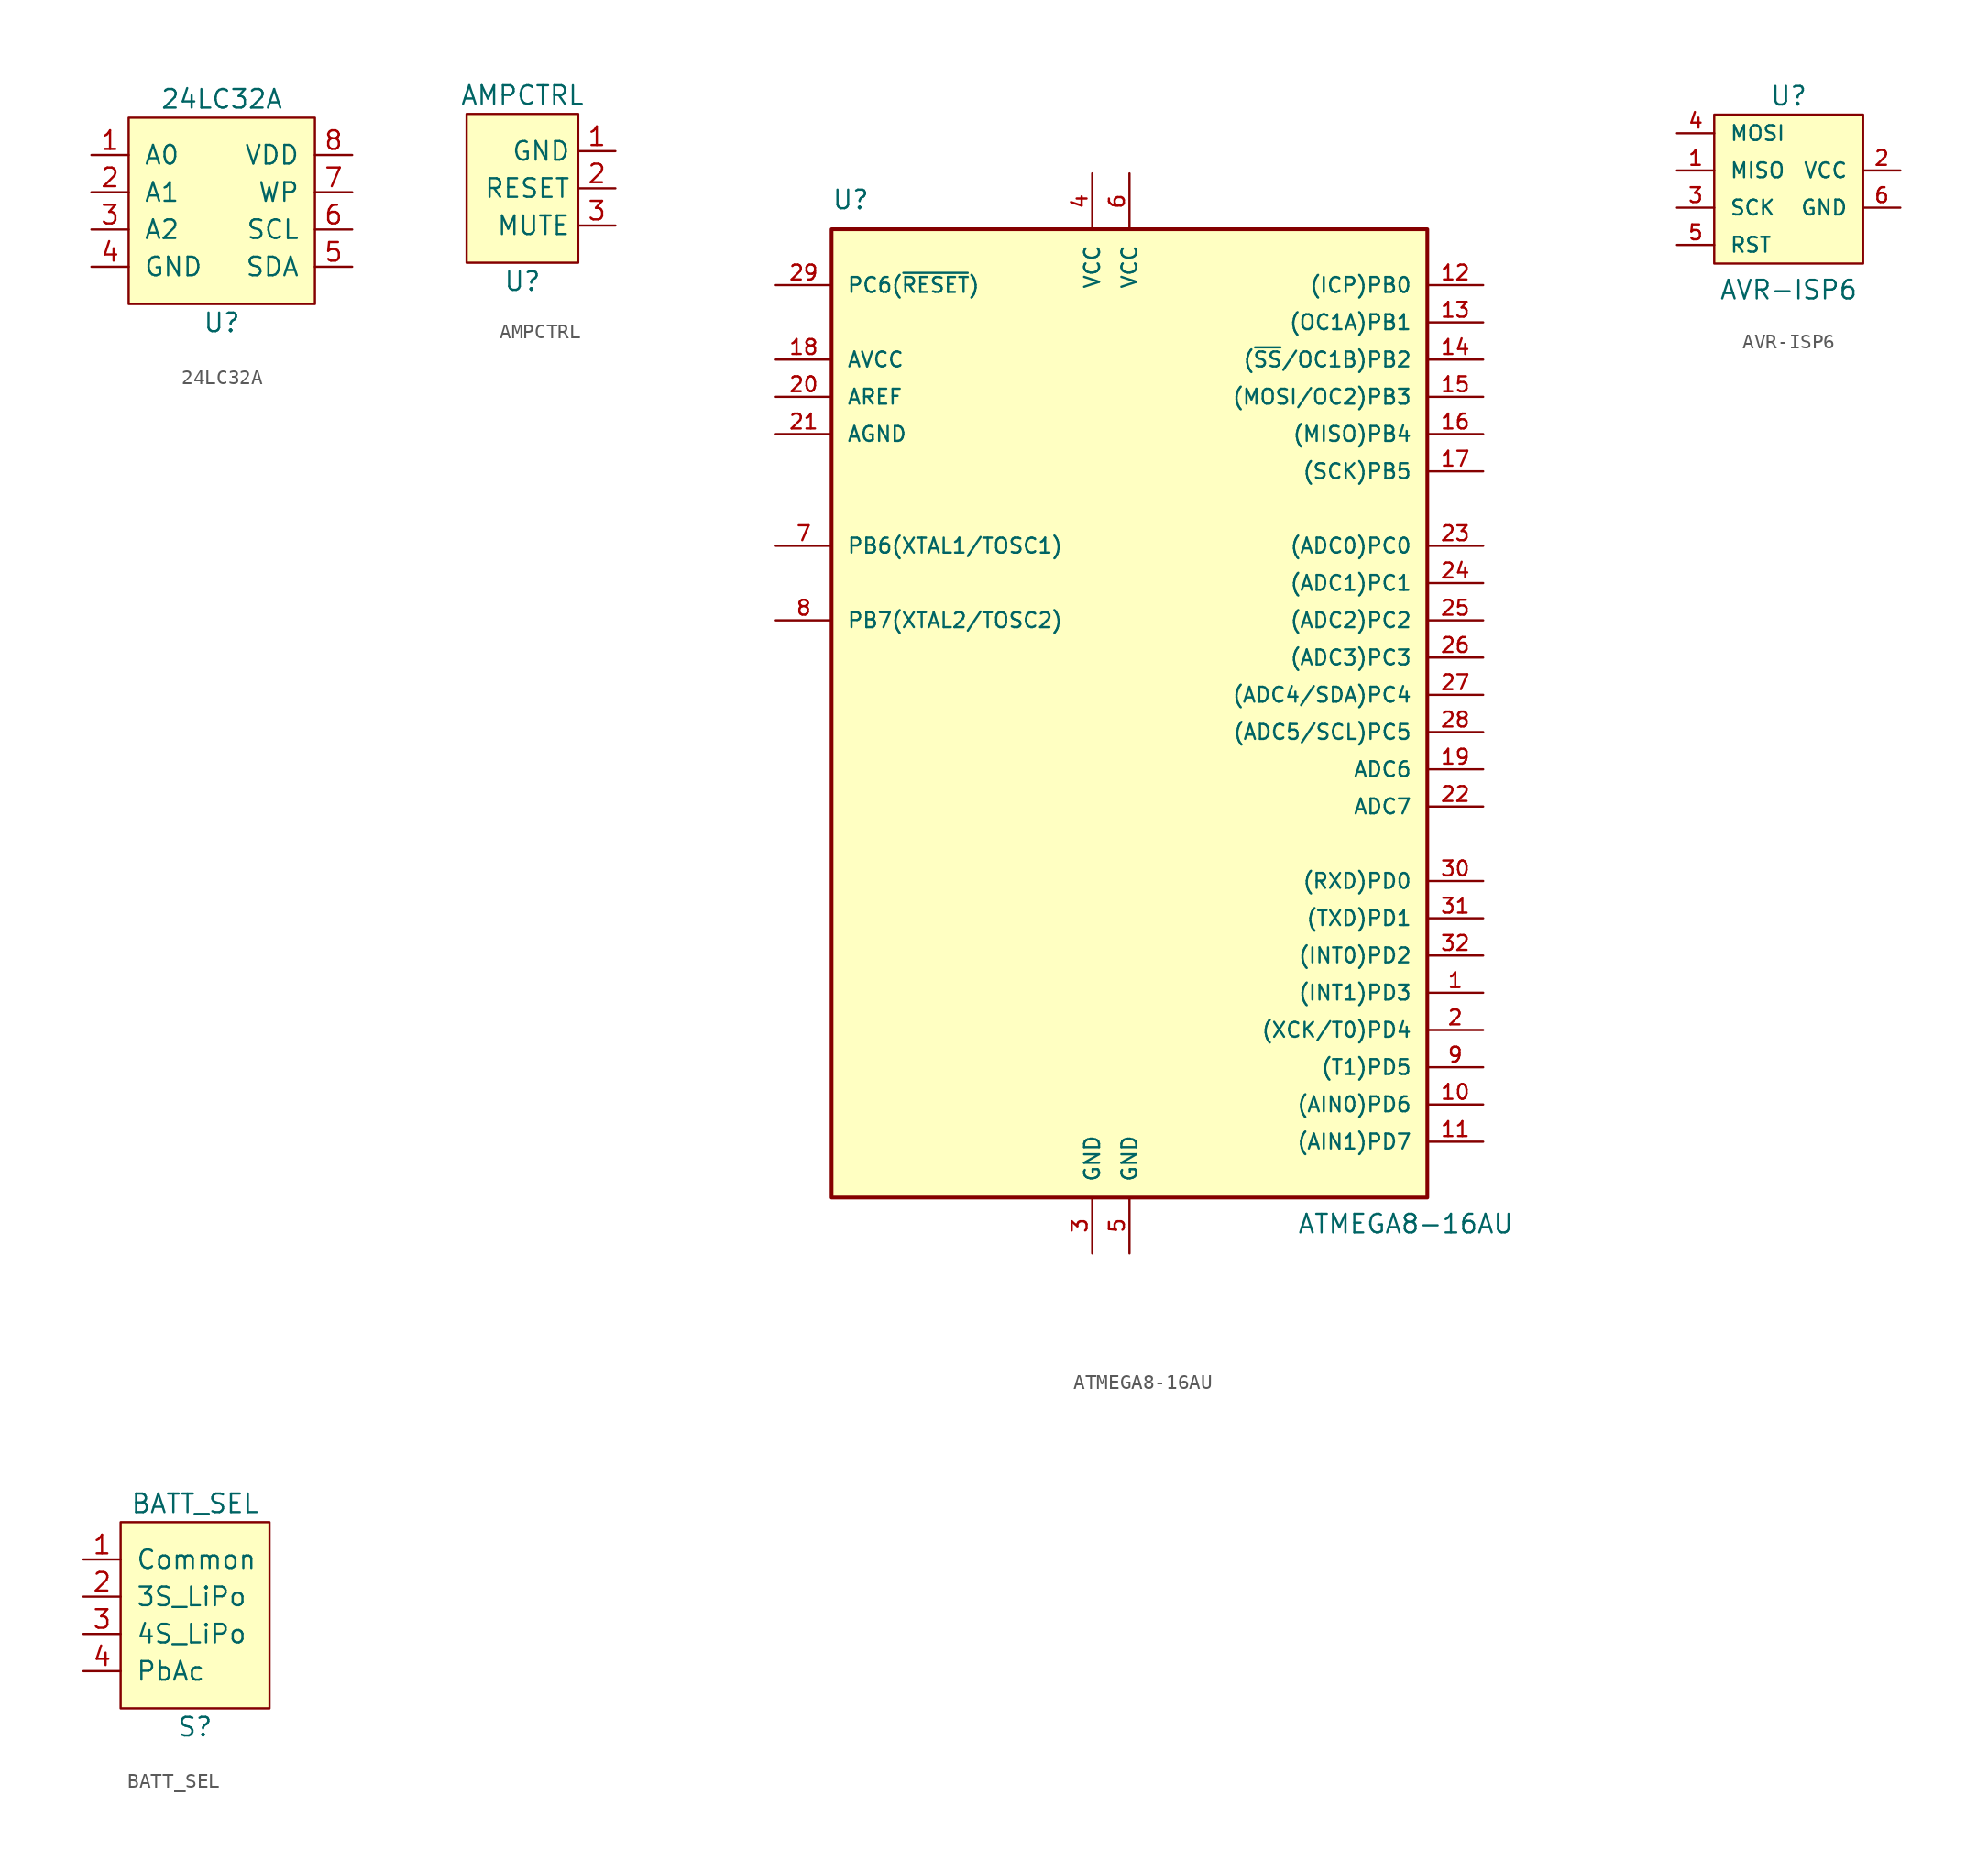
<source format=kicad_sym>
(kicad_symbol_lib
  (version 20211014)
  (generator kicad_symbol_editor)
  (symbol "24LC32A"
    (pin_names
      (offset 1.016))
    (property "Reference" "U"
      (at 0 -7.62 0)
      (effects (font (size 1.27 1.27))))
    (property "Value" "24LC32A"
      (at 0 7.62 0)
      (effects (font (size 1.27 1.27))))
    (symbol "24LC32A_0_1"
      (rectangle (start -6.35 6.35) (end 6.35 -6.35) (stroke (width 0) (type default) (color 0 0 0 0)) (fill (type background))))
    (symbol "24LC32A_1_1"
      (pin passive line (at -8.89 3.81 0) (length 2.54) (name "A0" (effects (font (size 1.27 1.27)))) (number "1" (effects (font (size 1.27 1.27)))))
      (pin passive line (at -8.89 1.27 0) (length 2.54) (name "A1" (effects (font (size 1.27 1.27)))) (number "2" (effects (font (size 1.27 1.27)))))
      (pin passive line (at -8.89 -1.27 0) (length 2.54) (name "A2" (effects (font (size 1.27 1.27)))) (number "3" (effects (font (size 1.27 1.27)))))
      (pin passive line (at -8.89 -3.81 0) (length 2.54) (name "GND" (effects (font (size 1.27 1.27)))) (number "4" (effects (font (size 1.27 1.27)))))
      (pin passive line (at 8.89 -3.81 180) (length 2.54) (name "SDA" (effects (font (size 1.27 1.27)))) (number "5" (effects (font (size 1.27 1.27)))))
      (pin passive line (at 8.89 -1.27 180) (length 2.54) (name "SCL" (effects (font (size 1.27 1.27)))) (number "6" (effects (font (size 1.27 1.27)))))
      (pin passive line (at 8.89 1.27 180) (length 2.54) (name "WP" (effects (font (size 1.27 1.27)))) (number "7" (effects (font (size 1.27 1.27)))))
      (pin passive line (at 8.89 3.81 180) (length 2.54) (name "VDD" (effects (font (size 1.27 1.27)))) (number "8" (effects (font (size 1.27 1.27)))))))
  (symbol "AMPCTRL"
    (property "Reference" "U"
      (at 0 -6.35 0)
      (effects (font (size 1.27 1.27))))
    (property "Value" "AMPCTRL"
      (at 0 6.35 0)
      (effects (font (size 1.27 1.27))))
    (symbol "AMPCTRL_0_1"
      (rectangle (start 3.81 5.08) (end -3.81 -5.08) (stroke (width 0) (type default) (color 0 0 0 0)) (fill (type background))))
    (symbol "AMPCTRL_1_1"
      (pin input line (at 6.35 2.54 180) (length 2.54) (name "GND" (effects (font (size 1.27 1.27)))) (number "1" (effects (font (size 1.27 1.27)))))
      (pin input line (at 6.35 0 180) (length 2.54) (name "RESET" (effects (font (size 1.27 1.27)))) (number "2" (effects (font (size 1.27 1.27)))))
      (pin input line (at 6.35 -2.54 180) (length 2.54) (name "MUTE" (effects (font (size 1.27 1.27)))) (number "3" (effects (font (size 1.27 1.27)))))))
  (symbol "ATMEGA8-16AU"
    (pin_names
      (offset 1.016))
    (property "Reference" "U"
      (at -19.05 30.48 0)
      (effects (font (size 1.27 1.27)) (justify left bottom)))
    (property "Value" "ATMEGA8-16AU"
      (at 12.7 -39.37 0)
      (effects (font (size 1.27 1.27)) (justify left bottom)))
    (symbol "ATMEGA8-16AU_0_1"
      (rectangle (start -19.05 29.21) (end 21.59 -36.83) (stroke (width 0.254) (type default) (color 0 0 0 0)) (fill (type background))))
    (symbol "ATMEGA8-16AU_1_1"
      (pin bidirectional line (at 25.4 -22.86 180) (length 3.81) (name "(INT1)PD3" (effects (font (size 1.016 1.016)))) (number "1" (effects (font (size 1.016 1.016)))))
      (pin bidirectional line (at 25.4 -30.48 180) (length 3.81) (name "(AIN0)PD6" (effects (font (size 1.016 1.016)))) (number "10" (effects (font (size 1.016 1.016)))))
      (pin bidirectional line (at 25.4 -33.02 180) (length 3.81) (name "(AIN1)PD7" (effects (font (size 1.016 1.016)))) (number "11" (effects (font (size 1.016 1.016)))))
      (pin bidirectional line (at 25.4 25.4 180) (length 3.81) (name "(ICP)PB0" (effects (font (size 1.016 1.016)))) (number "12" (effects (font (size 1.016 1.016)))))
      (pin bidirectional line (at 25.4 22.86 180) (length 3.81) (name "(OC1A)PB1" (effects (font (size 1.016 1.016)))) (number "13" (effects (font (size 1.016 1.016)))))
      (pin bidirectional line (at 25.4 20.32 180) (length 3.81) (name "(~{SS}/OC1B)PB2" (effects (font (size 1.016 1.016)))) (number "14" (effects (font (size 1.016 1.016)))))
      (pin bidirectional line (at 25.4 17.78 180) (length 3.81) (name "(MOSI/OC2)PB3" (effects (font (size 1.016 1.016)))) (number "15" (effects (font (size 1.016 1.016)))))
      (pin bidirectional line (at 25.4 15.24 180) (length 3.81) (name "(MISO)PB4" (effects (font (size 1.016 1.016)))) (number "16" (effects (font (size 1.016 1.016)))))
      (pin bidirectional line (at 25.4 12.7 180) (length 3.81) (name "(SCK)PB5" (effects (font (size 1.016 1.016)))) (number "17" (effects (font (size 1.016 1.016)))))
      (pin power_in line (at -22.86 20.32 0) (length 3.81) (name "AVCC" (effects (font (size 1.016 1.016)))) (number "18" (effects (font (size 1.016 1.016)))))
      (pin bidirectional line (at 25.4 -7.62 180) (length 3.81) (name "ADC6" (effects (font (size 1.016 1.016)))) (number "19" (effects (font (size 1.016 1.016)))))
      (pin bidirectional line (at 25.4 -25.4 180) (length 3.81) (name "(XCK/T0)PD4" (effects (font (size 1.016 1.016)))) (number "2" (effects (font (size 1.016 1.016)))))
      (pin bidirectional line (at -22.86 17.78 0) (length 3.81) (name "AREF" (effects (font (size 1.016 1.016)))) (number "20" (effects (font (size 1.016 1.016)))))
      (pin power_in line (at -22.86 15.24 0) (length 3.81) (name "AGND" (effects (font (size 1.016 1.016)))) (number "21" (effects (font (size 1.016 1.016)))))
      (pin bidirectional line (at 25.4 -10.16 180) (length 3.81) (name "ADC7" (effects (font (size 1.016 1.016)))) (number "22" (effects (font (size 1.016 1.016)))))
      (pin bidirectional line (at 25.4 7.62 180) (length 3.81) (name "(ADC0)PC0" (effects (font (size 1.016 1.016)))) (number "23" (effects (font (size 1.016 1.016)))))
      (pin bidirectional line (at 25.4 5.08 180) (length 3.81) (name "(ADC1)PC1" (effects (font (size 1.016 1.016)))) (number "24" (effects (font (size 1.016 1.016)))))
      (pin bidirectional line (at 25.4 2.54 180) (length 3.81) (name "(ADC2)PC2" (effects (font (size 1.016 1.016)))) (number "25" (effects (font (size 1.016 1.016)))))
      (pin bidirectional line (at 25.4 0 180) (length 3.81) (name "(ADC3)PC3" (effects (font (size 1.016 1.016)))) (number "26" (effects (font (size 1.016 1.016)))))
      (pin bidirectional line (at 25.4 -2.54 180) (length 3.81) (name "(ADC4/SDA)PC4" (effects (font (size 1.016 1.016)))) (number "27" (effects (font (size 1.016 1.016)))))
      (pin bidirectional line (at 25.4 -5.08 180) (length 3.81) (name "(ADC5/SCL)PC5" (effects (font (size 1.016 1.016)))) (number "28" (effects (font (size 1.016 1.016)))))
      (pin bidirectional line (at -22.86 25.4 0) (length 3.81) (name "PC6(~{RESET})" (effects (font (size 1.016 1.016)))) (number "29" (effects (font (size 1.016 1.016)))))
      (pin power_in line (at -1.27 -40.64 90) (length 3.81) (name "GND" (effects (font (size 1.016 1.016)))) (number "3" (effects (font (size 1.016 1.016)))))
      (pin bidirectional line (at 25.4 -15.24 180) (length 3.81) (name "(RXD)PD0" (effects (font (size 1.016 1.016)))) (number "30" (effects (font (size 1.016 1.016)))))
      (pin bidirectional line (at 25.4 -17.78 180) (length 3.81) (name "(TXD)PD1" (effects (font (size 1.016 1.016)))) (number "31" (effects (font (size 1.016 1.016)))))
      (pin bidirectional line (at 25.4 -20.32 180) (length 3.81) (name "(INT0)PD2" (effects (font (size 1.016 1.016)))) (number "32" (effects (font (size 1.016 1.016)))))
      (pin power_in line (at -1.27 33.02 270) (length 3.81) (name "VCC" (effects (font (size 1.016 1.016)))) (number "4" (effects (font (size 1.016 1.016)))))
      (pin power_in line (at 1.27 -40.64 90) (length 3.81) (name "GND" (effects (font (size 1.016 1.016)))) (number "5" (effects (font (size 1.016 1.016)))))
      (pin power_in line (at 1.27 33.02 270) (length 3.81) (name "VCC" (effects (font (size 1.016 1.016)))) (number "6" (effects (font (size 1.016 1.016)))))
      (pin bidirectional line (at -22.86 7.62 0) (length 3.81) (name "PB6(XTAL1/TOSC1)" (effects (font (size 1.016 1.016)))) (number "7" (effects (font (size 1.016 1.016)))))
      (pin bidirectional line (at -22.86 2.54 0) (length 3.81) (name "PB7(XTAL2/TOSC2)" (effects (font (size 1.016 1.016)))) (number "8" (effects (font (size 1.016 1.016)))))
      (pin bidirectional line (at 25.4 -27.94 180) (length 3.81) (name "(T1)PD5" (effects (font (size 1.016 1.016)))) (number "9" (effects (font (size 1.016 1.016)))))))
  (symbol "AVR-ISP6"
    (pin_names
      (offset 1.016))
    (property "Reference" "U"
      (at 0 6.35 0)
      (effects (font (size 1.27 1.27))))
    (property "Value" "AVR-ISP6"
      (at 0 -7.62 0)
      (effects (font (size 1.27 1.27)) (justify bottom)))
    (property "Datasheet" ""
      (at 0 -1.27 0)
      (effects (font (size 1.524 1.524))))
    (symbol "AVR-ISP6_0_0"
      (rectangle (start -5.08 5.08) (end 5.08 -5.08) (stroke (width 0) (type default) (color 0 0 0 0)) (fill (type background))))
    (symbol "AVR-ISP6_1_1"
      (pin passive line (at -7.62 1.27 0) (length 2.54) (name "MISO" (effects (font (size 1.016 1.016)))) (number "1" (effects (font (size 1.016 1.016)))))
      (pin passive line (at 7.62 1.27 180) (length 2.54) (name "VCC" (effects (font (size 1.016 1.016)))) (number "2" (effects (font (size 1.016 1.016)))))
      (pin passive line (at -7.62 -1.27 0) (length 2.54) (name "SCK" (effects (font (size 1.016 1.016)))) (number "3" (effects (font (size 1.016 1.016)))))
      (pin passive line (at -7.62 3.81 0) (length 2.54) (name "MOSI" (effects (font (size 1.016 1.016)))) (number "4" (effects (font (size 1.016 1.016)))))
      (pin passive line (at -7.62 -3.81 0) (length 2.54) (name "RST" (effects (font (size 1.016 1.016)))) (number "5" (effects (font (size 1.016 1.016)))))
      (pin passive line (at 7.62 -1.27 180) (length 2.54) (name "GND" (effects (font (size 1.016 1.016)))) (number "6" (effects (font (size 1.016 1.016)))))))
  (symbol "BATT_SEL"
    (pin_names
      (offset 1.016))
    (property "Reference" "S"
      (at 0 -8.89 0)
      (effects (font (size 1.27 1.27))))
    (property "Value" "BATT_SEL"
      (at 0 6.35 0)
      (effects (font (size 1.27 1.27))))
    (symbol "BATT_SEL_0_1"
      (rectangle (start -5.08 5.08) (end 5.08 -7.62) (stroke (width 0) (type default) (color 0 0 0 0)) (fill (type background))))
    (symbol "BATT_SEL_1_1"
      (pin input line (at -7.62 2.54 0) (length 2.54) (name "Common" (effects (font (size 1.27 1.27)))) (number "1" (effects (font (size 1.27 1.27)))))
      (pin input line (at -7.62 0 0) (length 2.54) (name "3S_LiPo" (effects (font (size 1.27 1.27)))) (number "2" (effects (font (size 1.27 1.27)))))
      (pin input line (at -7.62 -2.54 0) (length 2.54) (name "4S_LiPo" (effects (font (size 1.27 1.27)))) (number "3" (effects (font (size 1.27 1.27)))))
      (pin input line (at -7.62 -5.08 0) (length 2.54) (name "PbAc" (effects (font (size 1.27 1.27)))) (number "4" (effects (font (size 1.27 1.27))))))))
</source>
